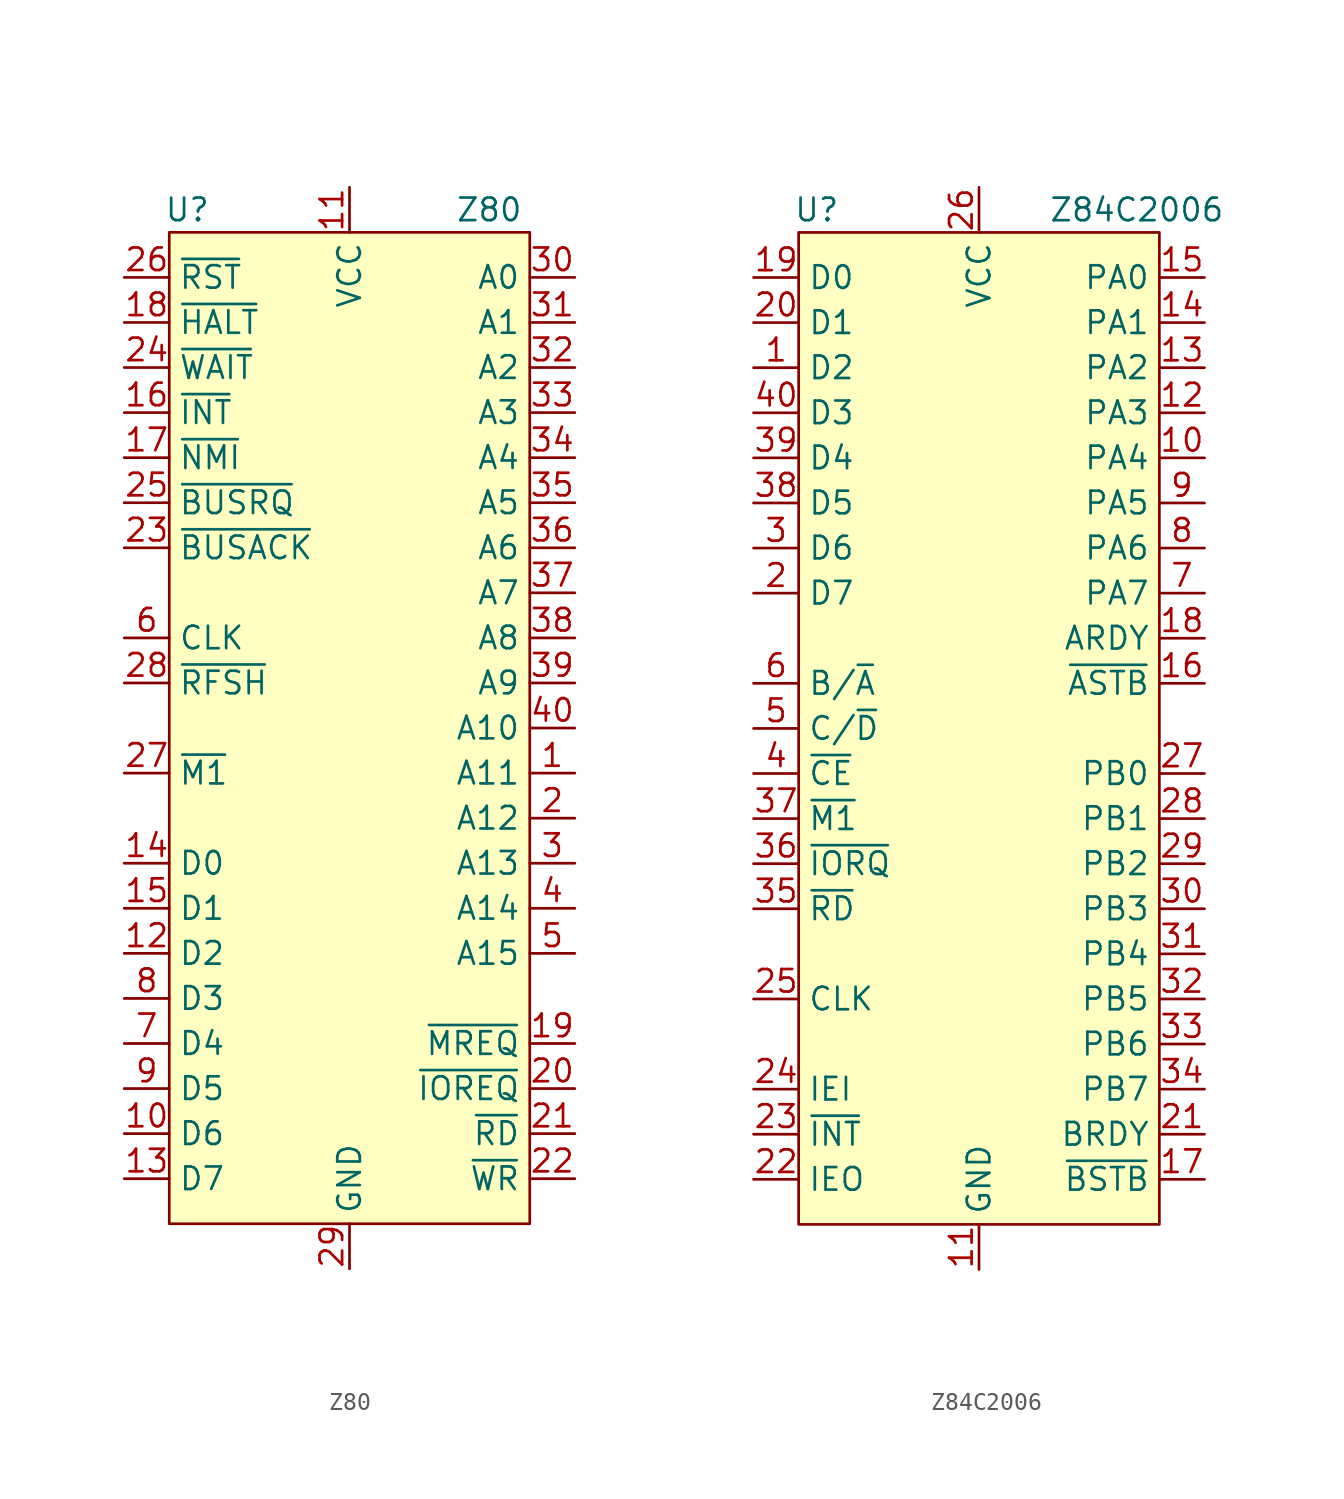
<source format=kicad_sym>
(kicad_symbol_lib
  (version 20220914)
  (generator kicad_symbol_editor)
  (symbol "Z80"
    (property "Reference" "U"
      (at -9.144 29.21 0)
      (effects (font (size 1.27 1.27))))
    (property "Value" "Z80"
      (at 7.874 29.21 0)
      (effects (font (size 1.27 1.27))))
    (symbol "Z80_0_1"
      (rectangle (start -10.16 27.94) (end 10.16 -27.94) (stroke (width 0) (type solid)) (fill (type background))))
    (symbol "Z80_1_1"
      (pin output line (at 12.7 -2.54 180) (length 2.54) (name "A11" (effects (font (size 1.27 1.27)))) (number "1" (effects (font (size 1.27 1.27)))))
      (pin bidirectional line (at -12.7 -22.86 0) (length 2.54) (name "D6" (effects (font (size 1.27 1.27)))) (number "10" (effects (font (size 1.27 1.27)))))
      (pin power_in line (at 0 30.48 270) (length 2.54) (name "VCC" (effects (font (size 1.27 1.27)))) (number "11" (effects (font (size 1.27 1.27)))))
      (pin bidirectional line (at -12.7 -12.7 0) (length 2.54) (name "D2" (effects (font (size 1.27 1.27)))) (number "12" (effects (font (size 1.27 1.27)))))
      (pin bidirectional line (at -12.7 -25.4 0) (length 2.54) (name "D7" (effects (font (size 1.27 1.27)))) (number "13" (effects (font (size 1.27 1.27)))))
      (pin bidirectional line (at -12.7 -7.62 0) (length 2.54) (name "D0" (effects (font (size 1.27 1.27)))) (number "14" (effects (font (size 1.27 1.27)))))
      (pin bidirectional line (at -12.7 -10.16 0) (length 2.54) (name "D1" (effects (font (size 1.27 1.27)))) (number "15" (effects (font (size 1.27 1.27)))))
      (pin input line (at -12.7 17.78 0) (length 2.54) (name "~{INT}" (effects (font (size 1.27 1.27)))) (number "16" (effects (font (size 1.27 1.27)))))
      (pin input line (at -12.7 15.24 0) (length 2.54) (name "~{NMI}" (effects (font (size 1.27 1.27)))) (number "17" (effects (font (size 1.27 1.27)))))
      (pin output line (at -12.7 22.86 0) (length 2.54) (name "~{HALT}" (effects (font (size 1.27 1.27)))) (number "18" (effects (font (size 1.27 1.27)))))
      (pin output line (at 12.7 -17.78 180) (length 2.54) (name "~{MREQ}" (effects (font (size 1.27 1.27)))) (number "19" (effects (font (size 1.27 1.27)))))
      (pin output line (at 12.7 -5.08 180) (length 2.54) (name "A12" (effects (font (size 1.27 1.27)))) (number "2" (effects (font (size 1.27 1.27)))))
      (pin output line (at 12.7 -20.32 180) (length 2.54) (name "~{IOREQ}" (effects (font (size 1.27 1.27)))) (number "20" (effects (font (size 1.27 1.27)))))
      (pin output line (at 12.7 -22.86 180) (length 2.54) (name "~{RD}" (effects (font (size 1.27 1.27)))) (number "21" (effects (font (size 1.27 1.27)))))
      (pin output line (at 12.7 -25.4 180) (length 2.54) (name "~{WR}" (effects (font (size 1.27 1.27)))) (number "22" (effects (font (size 1.27 1.27)))))
      (pin output line (at -12.7 10.16 0) (length 2.54) (name "~{BUSACK}" (effects (font (size 1.27 1.27)))) (number "23" (effects (font (size 1.27 1.27)))))
      (pin input line (at -12.7 20.32 0) (length 2.54) (name "~{WAIT}" (effects (font (size 1.27 1.27)))) (number "24" (effects (font (size 1.27 1.27)))))
      (pin input line (at -12.7 12.7 0) (length 2.54) (name "~{BUSRQ}" (effects (font (size 1.27 1.27)))) (number "25" (effects (font (size 1.27 1.27)))))
      (pin input line (at -12.7 25.4 0) (length 2.54) (name "~{RST}" (effects (font (size 1.27 1.27)))) (number "26" (effects (font (size 1.27 1.27)))))
      (pin output line (at -12.7 -2.54 0) (length 2.54) (name "~{M1}" (effects (font (size 1.27 1.27)))) (number "27" (effects (font (size 1.27 1.27)))))
      (pin output line (at -12.7 2.54 0) (length 2.54) (name "~{RFSH}" (effects (font (size 1.27 1.27)))) (number "28" (effects (font (size 1.27 1.27)))))
      (pin power_in line (at 0 -30.48 90) (length 2.54) (name "GND" (effects (font (size 1.27 1.27)))) (number "29" (effects (font (size 1.27 1.27)))))
      (pin output line (at 12.7 -7.62 180) (length 2.54) (name "A13" (effects (font (size 1.27 1.27)))) (number "3" (effects (font (size 1.27 1.27)))))
      (pin output line (at 12.7 25.4 180) (length 2.54) (name "A0" (effects (font (size 1.27 1.27)))) (number "30" (effects (font (size 1.27 1.27)))))
      (pin output line (at 12.7 22.86 180) (length 2.54) (name "A1" (effects (font (size 1.27 1.27)))) (number "31" (effects (font (size 1.27 1.27)))))
      (pin output line (at 12.7 20.32 180) (length 2.54) (name "A2" (effects (font (size 1.27 1.27)))) (number "32" (effects (font (size 1.27 1.27)))))
      (pin output line (at 12.7 17.78 180) (length 2.54) (name "A3" (effects (font (size 1.27 1.27)))) (number "33" (effects (font (size 1.27 1.27)))))
      (pin output line (at 12.7 15.24 180) (length 2.54) (name "A4" (effects (font (size 1.27 1.27)))) (number "34" (effects (font (size 1.27 1.27)))))
      (pin output line (at 12.7 12.7 180) (length 2.54) (name "A5" (effects (font (size 1.27 1.27)))) (number "35" (effects (font (size 1.27 1.27)))))
      (pin output line (at 12.7 10.16 180) (length 2.54) (name "A6" (effects (font (size 1.27 1.27)))) (number "36" (effects (font (size 1.27 1.27)))))
      (pin output line (at 12.7 7.62 180) (length 2.54) (name "A7" (effects (font (size 1.27 1.27)))) (number "37" (effects (font (size 1.27 1.27)))))
      (pin output line (at 12.7 5.08 180) (length 2.54) (name "A8" (effects (font (size 1.27 1.27)))) (number "38" (effects (font (size 1.27 1.27)))))
      (pin output line (at 12.7 2.54 180) (length 2.54) (name "A9" (effects (font (size 1.27 1.27)))) (number "39" (effects (font (size 1.27 1.27)))))
      (pin output line (at 12.7 -10.16 180) (length 2.54) (name "A14" (effects (font (size 1.27 1.27)))) (number "4" (effects (font (size 1.27 1.27)))))
      (pin output line (at 12.7 0 180) (length 2.54) (name "A10" (effects (font (size 1.27 1.27)))) (number "40" (effects (font (size 1.27 1.27)))))
      (pin output line (at 12.7 -12.7 180) (length 2.54) (name "A15" (effects (font (size 1.27 1.27)))) (number "5" (effects (font (size 1.27 1.27)))))
      (pin input line (at -12.7 5.08 0) (length 2.54) (name "CLK" (effects (font (size 1.27 1.27)))) (number "6" (effects (font (size 1.27 1.27)))))
      (pin bidirectional line (at -12.7 -17.78 0) (length 2.54) (name "D4" (effects (font (size 1.27 1.27)))) (number "7" (effects (font (size 1.27 1.27)))))
      (pin bidirectional line (at -12.7 -15.24 0) (length 2.54) (name "D3" (effects (font (size 1.27 1.27)))) (number "8" (effects (font (size 1.27 1.27)))))
      (pin bidirectional line (at -12.7 -20.32 0) (length 2.54) (name "D5" (effects (font (size 1.27 1.27)))) (number "9" (effects (font (size 1.27 1.27)))))))
  (symbol "Z84C2006"
    (property "Reference" "U"
      (at -9.144 29.21 0)
      (effects (font (size 1.27 1.27))))
    (property "Value" "Z84C2006"
      (at 8.89 29.21 0)
      (effects (font (size 1.27 1.27))))
    (symbol "Z84C2006_0_1"
      (rectangle (start -10.16 27.94) (end 10.16 -27.94) (stroke (width 0) (type solid)) (fill (type background))))
    (symbol "Z84C2006_1_1"
      (pin bidirectional line (at -12.7 20.32 0) (length 2.54) (name "D2" (effects (font (size 1.27 1.27)))) (number "1" (effects (font (size 1.27 1.27)))))
      (pin bidirectional line (at 12.7 15.24 180) (length 2.54) (name "PA4" (effects (font (size 1.27 1.27)))) (number "10" (effects (font (size 1.27 1.27)))))
      (pin power_in line (at 0 -30.48 90) (length 2.54) (name "GND" (effects (font (size 1.27 1.27)))) (number "11" (effects (font (size 1.27 1.27)))))
      (pin bidirectional line (at 12.7 17.78 180) (length 2.54) (name "PA3" (effects (font (size 1.27 1.27)))) (number "12" (effects (font (size 1.27 1.27)))))
      (pin bidirectional line (at 12.7 20.32 180) (length 2.54) (name "PA2" (effects (font (size 1.27 1.27)))) (number "13" (effects (font (size 1.27 1.27)))))
      (pin bidirectional line (at 12.7 22.86 180) (length 2.54) (name "PA1" (effects (font (size 1.27 1.27)))) (number "14" (effects (font (size 1.27 1.27)))))
      (pin bidirectional line (at 12.7 25.4 180) (length 2.54) (name "PA0" (effects (font (size 1.27 1.27)))) (number "15" (effects (font (size 1.27 1.27)))))
      (pin input line (at 12.7 2.54 180) (length 2.54) (name "~{ASTB}" (effects (font (size 1.27 1.27)))) (number "16" (effects (font (size 1.27 1.27)))))
      (pin input line (at 12.7 -25.4 180) (length 2.54) (name "~{BSTB}" (effects (font (size 1.27 1.27)))) (number "17" (effects (font (size 1.27 1.27)))))
      (pin output line (at 12.7 5.08 180) (length 2.54) (name "ARDY" (effects (font (size 1.27 1.27)))) (number "18" (effects (font (size 1.27 1.27)))))
      (pin bidirectional line (at -12.7 25.4 0) (length 2.54) (name "D0" (effects (font (size 1.27 1.27)))) (number "19" (effects (font (size 1.27 1.27)))))
      (pin bidirectional line (at -12.7 7.62 0) (length 2.54) (name "D7" (effects (font (size 1.27 1.27)))) (number "2" (effects (font (size 1.27 1.27)))))
      (pin bidirectional line (at -12.7 22.86 0) (length 2.54) (name "D1" (effects (font (size 1.27 1.27)))) (number "20" (effects (font (size 1.27 1.27)))))
      (pin output line (at 12.7 -22.86 180) (length 2.54) (name "BRDY" (effects (font (size 1.27 1.27)))) (number "21" (effects (font (size 1.27 1.27)))))
      (pin output line (at -12.7 -25.4 0) (length 2.54) (name "IEO" (effects (font (size 1.27 1.27)))) (number "22" (effects (font (size 1.27 1.27)))))
      (pin output line (at -12.7 -22.86 0) (length 2.54) (name "~{INT}" (effects (font (size 1.27 1.27)))) (number "23" (effects (font (size 1.27 1.27)))))
      (pin input line (at -12.7 -20.32 0) (length 2.54) (name "IEI" (effects (font (size 1.27 1.27)))) (number "24" (effects (font (size 1.27 1.27)))))
      (pin input line (at -12.7 -15.24 0) (length 2.54) (name "CLK" (effects (font (size 1.27 1.27)))) (number "25" (effects (font (size 1.27 1.27)))))
      (pin power_in line (at 0 30.48 270) (length 2.54) (name "VCC" (effects (font (size 1.27 1.27)))) (number "26" (effects (font (size 1.27 1.27)))))
      (pin bidirectional line (at 12.7 -2.54 180) (length 2.54) (name "PB0" (effects (font (size 1.27 1.27)))) (number "27" (effects (font (size 1.27 1.27)))))
      (pin bidirectional line (at 12.7 -5.08 180) (length 2.54) (name "PB1" (effects (font (size 1.27 1.27)))) (number "28" (effects (font (size 1.27 1.27)))))
      (pin bidirectional line (at 12.7 -7.62 180) (length 2.54) (name "PB2" (effects (font (size 1.27 1.27)))) (number "29" (effects (font (size 1.27 1.27)))))
      (pin bidirectional line (at -12.7 10.16 0) (length 2.54) (name "D6" (effects (font (size 1.27 1.27)))) (number "3" (effects (font (size 1.27 1.27)))))
      (pin bidirectional line (at 12.7 -10.16 180) (length 2.54) (name "PB3" (effects (font (size 1.27 1.27)))) (number "30" (effects (font (size 1.27 1.27)))))
      (pin bidirectional line (at 12.7 -12.7 180) (length 2.54) (name "PB4" (effects (font (size 1.27 1.27)))) (number "31" (effects (font (size 1.27 1.27)))))
      (pin bidirectional line (at 12.7 -15.24 180) (length 2.54) (name "PB5" (effects (font (size 1.27 1.27)))) (number "32" (effects (font (size 1.27 1.27)))))
      (pin bidirectional line (at 12.7 -17.78 180) (length 2.54) (name "PB6" (effects (font (size 1.27 1.27)))) (number "33" (effects (font (size 1.27 1.27)))))
      (pin bidirectional line (at 12.7 -20.32 180) (length 2.54) (name "PB7" (effects (font (size 1.27 1.27)))) (number "34" (effects (font (size 1.27 1.27)))))
      (pin input line (at -12.7 -10.16 0) (length 2.54) (name "~{RD}" (effects (font (size 1.27 1.27)))) (number "35" (effects (font (size 1.27 1.27)))))
      (pin input line (at -12.7 -7.62 0) (length 2.54) (name "~{IORQ}" (effects (font (size 1.27 1.27)))) (number "36" (effects (font (size 1.27 1.27)))))
      (pin input line (at -12.7 -5.08 0) (length 2.54) (name "~{M1}" (effects (font (size 1.27 1.27)))) (number "37" (effects (font (size 1.27 1.27)))))
      (pin bidirectional line (at -12.7 12.7 0) (length 2.54) (name "D5" (effects (font (size 1.27 1.27)))) (number "38" (effects (font (size 1.27 1.27)))))
      (pin bidirectional line (at -12.7 15.24 0) (length 2.54) (name "D4" (effects (font (size 1.27 1.27)))) (number "39" (effects (font (size 1.27 1.27)))))
      (pin input line (at -12.7 -2.54 0) (length 2.54) (name "~{CE}" (effects (font (size 1.27 1.27)))) (number "4" (effects (font (size 1.27 1.27)))))
      (pin bidirectional line (at -12.7 17.78 0) (length 2.54) (name "D3" (effects (font (size 1.27 1.27)))) (number "40" (effects (font (size 1.27 1.27)))))
      (pin input line (at -12.7 0 0) (length 2.54) (name "C/~{D}" (effects (font (size 1.27 1.27)))) (number "5" (effects (font (size 1.27 1.27)))))
      (pin input line (at -12.7 2.54 0) (length 2.54) (name "B/~{A}" (effects (font (size 1.27 1.27)))) (number "6" (effects (font (size 1.27 1.27)))))
      (pin bidirectional line (at 12.7 7.62 180) (length 2.54) (name "PA7" (effects (font (size 1.27 1.27)))) (number "7" (effects (font (size 1.27 1.27)))))
      (pin bidirectional line (at 12.7 10.16 180) (length 2.54) (name "PA6" (effects (font (size 1.27 1.27)))) (number "8" (effects (font (size 1.27 1.27)))))
      (pin bidirectional line (at 12.7 12.7 180) (length 2.54) (name "PA5" (effects (font (size 1.27 1.27)))) (number "9" (effects (font (size 1.27 1.27))))))))
</source>
